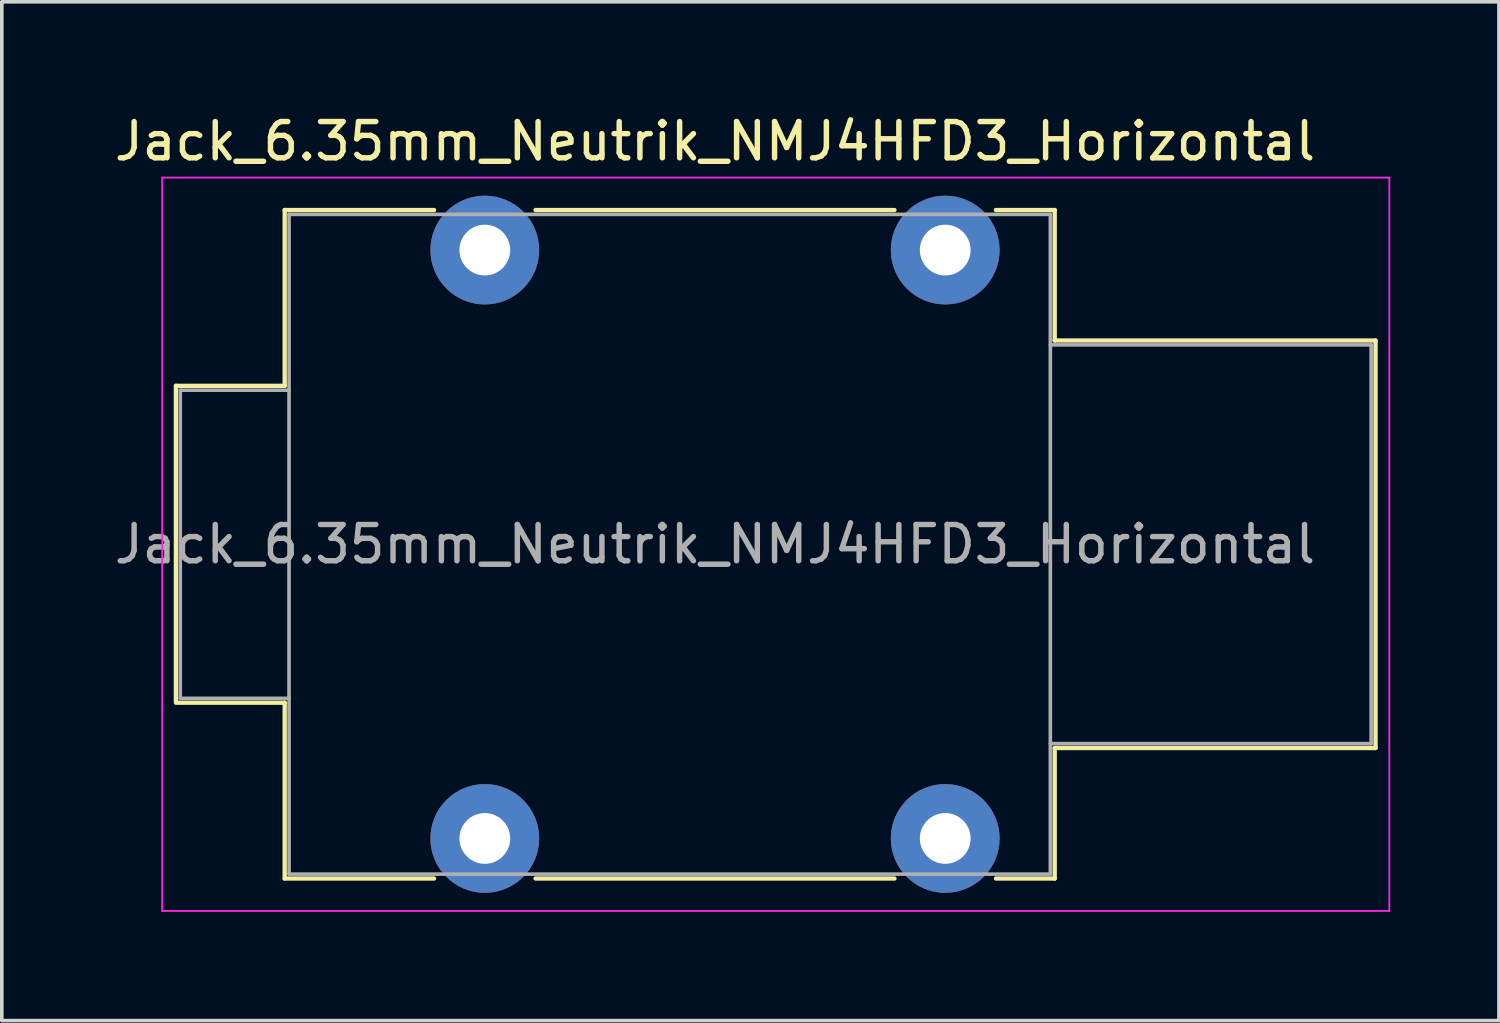
<source format=kicad_pcb>
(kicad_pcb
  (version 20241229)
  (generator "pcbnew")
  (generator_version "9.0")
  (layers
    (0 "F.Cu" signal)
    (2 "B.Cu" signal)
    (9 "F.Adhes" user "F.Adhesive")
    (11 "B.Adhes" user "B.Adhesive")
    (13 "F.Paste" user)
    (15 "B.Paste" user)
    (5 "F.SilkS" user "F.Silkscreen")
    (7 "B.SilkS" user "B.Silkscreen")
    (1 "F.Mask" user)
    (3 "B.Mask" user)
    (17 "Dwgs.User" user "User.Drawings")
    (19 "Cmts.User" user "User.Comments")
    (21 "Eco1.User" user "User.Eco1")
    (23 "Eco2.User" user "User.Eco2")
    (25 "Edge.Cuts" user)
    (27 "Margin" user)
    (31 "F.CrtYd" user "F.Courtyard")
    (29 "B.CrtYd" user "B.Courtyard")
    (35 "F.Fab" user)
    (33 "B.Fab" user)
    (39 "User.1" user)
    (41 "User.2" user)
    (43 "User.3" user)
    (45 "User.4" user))
  (footprint "Jack_6.35mm_Neutrik_NMJ4HFD3_Horizontal"
    (layer "F.Cu")
    (at 10.323 3.848)
    (property "Reference" "Jack_6.35mm_Neutrik_NMJ4HFD3_Horizontal" (at 6.35 -3 0) (layer "F.SilkS") (effects (font (size 1 1) (thickness 0.15))))
    (attr through_hole)
    (fp_line (start -8.52 3.745) (end -5.52 3.745) (stroke (width 0.12) (type solid)) (layer "F.SilkS"))
    (fp_line (start -8.52 12.445) (end -8.52 3.745) (stroke (width 0.12) (type solid)) (layer "F.SilkS"))
    (fp_line (start -8.52 12.485) (end -5.52 12.485) (stroke (width 0.12) (type solid)) (layer "F.SilkS"))
    (fp_line (start -5.52 -1.105) (end -1.4 -1.105) (stroke (width 0.12) (type solid)) (layer "F.SilkS"))
    (fp_line (start -5.52 3.745) (end -5.52 -1.105) (stroke (width 0.12) (type solid)) (layer "F.SilkS"))
    (fp_line (start -5.52 17.335) (end -5.52 12.485) (stroke (width 0.12) (type solid)) (layer "F.SilkS"))
    (fp_line (start -1.4 17.335) (end -5.52 17.335) (stroke (width 0.12) (type solid)) (layer "F.SilkS"))
    (fp_line (start 1.4 -1.105) (end 11.3 -1.105) (stroke (width 0.12) (type solid)) (layer "F.SilkS"))
    (fp_line (start 11.3 17.335) (end 1.4 17.335) (stroke (width 0.12) (type solid)) (layer "F.SilkS"))
    (fp_line (start 15.72 -1.105) (end 14.1 -1.105) (stroke (width 0.12) (type solid)) (layer "F.SilkS"))
    (fp_line (start 15.72 2.495) (end 15.72 -1.105) (stroke (width 0.12) (type solid)) (layer "F.SilkS"))
    (fp_line (start 15.72 2.495) (end 24.57 2.495) (stroke (width 0.12) (type solid)) (layer "F.SilkS"))
    (fp_line (start 15.72 13.735) (end 24.57 13.735) (stroke (width 0.12) (type solid)) (layer "F.SilkS"))
    (fp_line (start 15.72 17.335) (end 14.1 17.335) (stroke (width 0.12) (type solid)) (layer "F.SilkS"))
    (fp_line (start 15.72 17.335) (end 15.72 13.735) (stroke (width 0.12) (type solid)) (layer "F.SilkS"))
    (fp_line (start 24.57 13.735) (end 24.57 2.495) (stroke (width 0.12) (type solid)) (layer "F.SilkS"))
    (fp_line (start -8.9 18.23) (end -8.9 -2) (stroke (width 0.05) (type solid)) (layer "F.CrtYd"))
    (fp_line (start -8.9 18.23) (end 24.95 18.23) (stroke (width 0.05) (type solid)) (layer "F.CrtYd"))
    (fp_line (start 24.95 -2) (end -8.9 -2) (stroke (width 0.05) (type solid)) (layer "F.CrtYd"))
    (fp_line (start 24.95 18.23) (end 24.95 -2) (stroke (width 0.05) (type solid)) (layer "F.CrtYd"))
    (fp_line (start -8.4 3.865) (end -5.4 3.865) (stroke (width 0.1) (type solid)) (layer "F.Fab"))
    (fp_line (start -8.4 12.365) (end -8.4 3.865) (stroke (width 0.1) (type solid)) (layer "F.Fab"))
    (fp_line (start -8.4 12.365) (end -5.4 12.365) (stroke (width 0.1) (type solid)) (layer "F.Fab"))
    (fp_line (start -5.4 17.215) (end -5.4 -0.985) (stroke (width 0.1) (type solid)) (layer "F.Fab"))
    (fp_line (start 15.6 -0.985) (end -5.4 -0.985) (stroke (width 0.1) (type solid)) (layer "F.Fab"))
    (fp_line (start 15.6 17.215) (end -5.4 17.215) (stroke (width 0.1) (type solid)) (layer "F.Fab"))
    (fp_line (start 15.6 17.215) (end 15.6 -0.985) (stroke (width 0.1) (type solid)) (layer "F.Fab"))
    (fp_line (start 24.45 2.615) (end 15.6 2.615) (stroke (width 0.1) (type solid)) (layer "F.Fab"))
    (fp_line (start 24.45 13.615) (end 15.6 13.615) (stroke (width 0.1) (type solid)) (layer "F.Fab"))
    (fp_line (start 24.45 13.615) (end 24.45 2.615) (stroke (width 0.1) (type solid)) (layer "F.Fab"))
    (fp_text user "${REFERENCE}" (at 6.35 8.115 0) (layer "F.Fab") (effects (font (size 1 1) (thickness 0.15))))
    (pad "S" thru_hole circle (at 12.7 0) (size 3 3) (drill 1.4) (layers "*.Cu" "*.Mask"))
    (pad "SN" thru_hole circle (at 12.7 16.23) (size 3 3) (drill 1.4) (layers "*.Cu" "*.Mask"))
    (pad "T" thru_hole circle (at 0 0) (size 3 3) (drill 1.4) (layers "*.Cu" "*.Mask"))
    (pad "TN" thru_hole circle (at 0 16.23) (size 3 3) (drill 1.4) (layers "*.Cu" "*.Mask")))
  (gr_rect
    (start -3 -3)
    (end 38.298 25.103)
    (stroke (width 0.1) (type default))
    (fill no)
    (layer "Edge.Cuts")))
</source>
